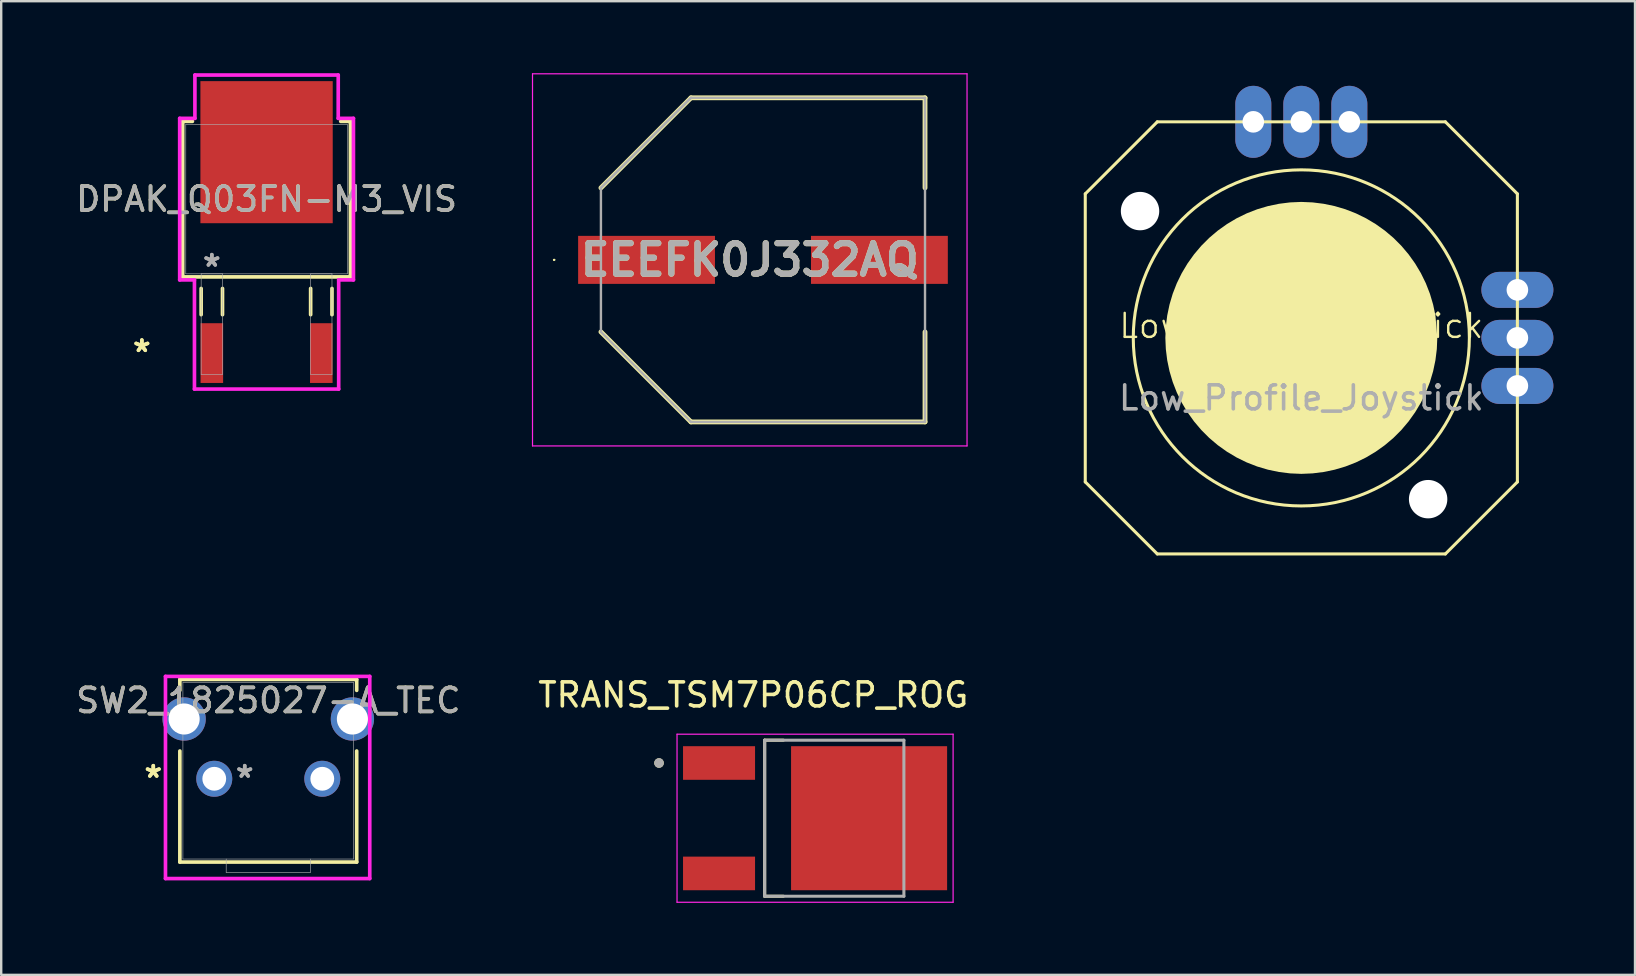
<source format=kicad_pcb>
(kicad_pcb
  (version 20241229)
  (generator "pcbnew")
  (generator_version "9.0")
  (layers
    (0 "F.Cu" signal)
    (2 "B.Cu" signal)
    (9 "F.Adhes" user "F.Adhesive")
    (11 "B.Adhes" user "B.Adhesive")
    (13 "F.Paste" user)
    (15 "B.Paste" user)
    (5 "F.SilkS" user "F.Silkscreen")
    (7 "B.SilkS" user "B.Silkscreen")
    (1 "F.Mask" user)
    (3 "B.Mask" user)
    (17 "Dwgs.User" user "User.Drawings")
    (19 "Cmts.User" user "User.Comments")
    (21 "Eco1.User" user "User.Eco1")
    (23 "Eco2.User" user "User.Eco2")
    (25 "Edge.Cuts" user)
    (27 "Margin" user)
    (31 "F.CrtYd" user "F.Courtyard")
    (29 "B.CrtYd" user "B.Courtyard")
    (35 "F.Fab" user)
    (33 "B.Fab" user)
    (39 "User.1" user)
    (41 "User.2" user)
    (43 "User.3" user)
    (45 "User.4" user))
  (footprint "Low_Profile_Joystick"
    (layer "F.Cu")
    (at 51.157 11.025)
    (property "Reference" "Low_Profile_Joystick" (at 0 -0.5 0) (unlocked yes) (layer "F.SilkS") (effects (font (size 1 1) (thickness 0.1))))
    (attr smd)
    (fp_line (start -9 -6) (end -6 -9) (stroke (width 0.127) (type solid)) (layer "F.SilkS"))
    (fp_line (start -9 6) (end -9 -6) (stroke (width 0.127) (type solid)) (layer "F.SilkS"))
    (fp_line (start -6 -9) (end 6 -9) (stroke (width 0.127) (type solid)) (layer "F.SilkS"))
    (fp_line (start -6 9) (end -9 6) (stroke (width 0.127) (type solid)) (layer "F.SilkS"))
    (fp_line (start 6 -9) (end 9 -6) (stroke (width 0.127) (type solid)) (layer "F.SilkS"))
    (fp_line (start 6 9) (end -6 9) (stroke (width 0.127) (type solid)) (layer "F.SilkS"))
    (fp_line (start 9 -6) (end 9 6) (stroke (width 0.127) (type solid)) (layer "F.SilkS"))
    (fp_line (start 9 6) (end 6 9) (stroke (width 0.127) (type solid)) (layer "F.SilkS"))
    (fp_circle (center 0 0) (end 7 0) (stroke (width 0.127) (type solid)) (fill no) (layer "F.SilkS"))
    (fp_poly (pts (xy 0.468 -5.644) (xy 0.932 -5.586) (xy 1.39 -5.49) (xy 1.839 -5.357) (xy 2.275 -5.187) (xy 2.696 -4.981) (xy 3.098 -4.741) (xy 3.479 -4.469) (xy 3.836 -4.167) (xy 4.167 -3.836) (xy 4.469 -3.479) (xy 4.741 -3.098) (xy 4.981 -2.696) (xy 5.187 -2.275) (xy 5.357 -1.839) (xy 5.49 -1.39) (xy 5.587 -0.931) (xy 5.664 -0.001) (xy 5.644 0.468) (xy 5.586 0.932) (xy 5.49 1.39) (xy 5.357 1.839) (xy 5.187 2.275) (xy 4.981 2.696) (xy 4.741 3.098) (xy 4.469 3.479) (xy 4.167 3.836) (xy 3.836 4.167) (xy 3.479 4.469) (xy 3.098 4.741) (xy 2.696 4.981) (xy 2.275 5.187) (xy 1.839 5.357) (xy 1.39 5.49) (xy 0.932 5.586) (xy 0.468 5.644) (xy 0 5.664) (xy -0.468 5.644) (xy -0.932 5.586) (xy -1.39 5.49) (xy -1.839 5.357) (xy -2.275 5.187) (xy -2.696 4.981) (xy -3.098 4.741) (xy -3.479 4.469) (xy -3.836 4.167) (xy -4.167 3.836) (xy -4.469 3.479) (xy -4.741 3.098) (xy -4.981 2.696) (xy -5.187 2.275) (xy -5.357 1.839) (xy -5.49 1.39) (xy -5.586 0.932) (xy -5.644 0.468) (xy -5.664 0) (xy -5.644 -0.468) (xy -5.586 -0.932) (xy -5.49 -1.39) (xy -5.357 -1.839) (xy -5.187 -2.275) (xy -4.981 -2.696) (xy -4.741 -3.098) (xy -4.469 -3.479) (xy -4.167 -3.836) (xy -3.836 -4.167) (xy -3.479 -4.469) (xy -3.098 -4.741) (xy -2.696 -4.981) (xy -2.275 -5.187) (xy -1.839 -5.357) (xy -1.39 -5.49) (xy -0.932 -5.586) (xy -0.468 -5.644) (xy 0 -5.664)) (stroke (width 0) (type default)) (fill yes) (layer "F.SilkS"))
    (fp_rect (start -10.85 -10.975) (end 10.85 10.975) (stroke (width 0.1) (type solid)) (fill no) (layer "Margin"))
    (fp_text user "${REFERENCE}" (at 0 2.5 0) (unlocked yes) (layer "F.Fab") (effects (font (size 1 1) (thickness 0.15))))
    (pad "" np_thru_hole circle (at -6.718 -5.282) (size 1.6 1.6) (drill 1.6) (layers "*.Cu" "*.Mask"))
    (pad "" np_thru_hole circle (at 5.282 6.718) (size 1.6 1.6) (drill 1.6) (layers "*.Cu" "*.Mask"))
    (pad "GND" thru_hole oval (at 9 2) (size 3 1.5) (drill 0.9) (layers "*.Cu" "*.Mask"))
    (pad "NC" thru_hole oval (at -2 -9 90) (size 3 1.5) (drill 0.9) (layers "*.Cu" "*.Mask"))
    (pad "VCC" thru_hole oval (at 2 -9 90) (size 3 1.5) (drill 0.9) (layers "*.Cu" "*.Mask"))
    (pad "VCC" thru_hole oval (at 9 -2) (size 3 1.5) (drill 0.9) (layers "*.Cu" "*.Mask"))
    (pad "XOUT" thru_hole oval (at 0 -9 90) (size 3 1.5) (drill 0.9) (layers "*.Cu" "*.Mask"))
    (pad "YOUT" thru_hole oval (at 9 0) (size 3 1.5) (drill 0.9) (layers "*.Cu" "*.Mask")))
  (footprint "TRANS_TSM7P06CP_ROG"
    (layer "F.Cu")
    (at 30.902 31.033)
    (property "Reference" "TRANS_TSM7P06CP_ROG" (at -2.575 -5.135 0) (layer "F.SilkS") (effects (font (size 1 1) (thickness 0.15))))
    (attr smd)
    (fp_line (start -2.1 -3.25) (end -1.32 -3.25) (stroke (width 0.127) (type solid)) (layer "F.SilkS"))
    (fp_line (start -2.1 3.25) (end -2.1 -3.25) (stroke (width 0.127) (type solid)) (layer "F.SilkS"))
    (fp_line (start -1.32 3.25) (end -2.1 3.25) (stroke (width 0.127) (type solid)) (layer "F.SilkS"))
    (fp_circle (center -6.5 -2.3) (end -6.4 -2.3) (stroke (width 0.2) (type solid)) (fill no) (layer "F.SilkS"))
    (fp_poly (pts (xy -4.95 -2.74) (xy -3.05 -2.74) (xy -3.05 -1.86) (xy -4.95 -1.86)) (stroke (width 0.01) (type solid)) (fill yes) (layer "F.Paste"))
    (fp_poly (pts (xy -4.95 1.86) (xy -3.05 1.86) (xy -3.05 2.74) (xy -4.95 2.74)) (stroke (width 0.01) (type solid)) (fill yes) (layer "F.Paste"))
    (fp_poly (pts (xy -0.605 -2.63) (xy 0.775 -2.63) (xy 0.775 -1.37) (xy -0.605 -1.37)) (stroke (width 0.01) (type solid)) (fill yes) (layer "F.Paste"))
    (fp_poly (pts (xy -0.605 -0.63) (xy 0.775 -0.63) (xy 0.775 0.63) (xy -0.605 0.63)) (stroke (width 0.01) (type solid)) (fill yes) (layer "F.Paste"))
    (fp_poly (pts (xy -0.605 1.37) (xy 0.775 1.37) (xy 0.775 2.63) (xy -0.605 2.63)) (stroke (width 0.01) (type solid)) (fill yes) (layer "F.Paste"))
    (fp_poly (pts (xy 1.565 -2.63) (xy 2.945 -2.63) (xy 2.945 -1.37) (xy 1.565 -1.37)) (stroke (width 0.01) (type solid)) (fill yes) (layer "F.Paste"))
    (fp_poly (pts (xy 1.565 -0.63) (xy 2.945 -0.63) (xy 2.945 0.63) (xy 1.565 0.63)) (stroke (width 0.01) (type solid)) (fill yes) (layer "F.Paste"))
    (fp_poly (pts (xy 1.565 1.37) (xy 2.945 1.37) (xy 2.945 2.63) (xy 1.565 2.63)) (stroke (width 0.01) (type solid)) (fill yes) (layer "F.Paste"))
    (fp_poly (pts (xy 3.735 -2.63) (xy 5.115 -2.63) (xy 5.115 -1.37) (xy 3.735 -1.37)) (stroke (width 0.01) (type solid)) (fill yes) (layer "F.Paste"))
    (fp_poly (pts (xy 3.735 -0.63) (xy 5.115 -0.63) (xy 5.115 0.63) (xy 3.735 0.63)) (stroke (width 0.01) (type solid)) (fill yes) (layer "F.Paste"))
    (fp_poly (pts (xy 3.735 1.37) (xy 5.115 1.37) (xy 5.115 2.63) (xy 3.735 2.63)) (stroke (width 0.01) (type solid)) (fill yes) (layer "F.Paste"))
    (fp_line (start -5.75 -3.5) (end -5.75 3.5) (stroke (width 0.05) (type solid)) (layer "F.CrtYd"))
    (fp_line (start -5.75 3.5) (end 5.75 3.5) (stroke (width 0.05) (type solid)) (layer "F.CrtYd"))
    (fp_line (start 5.75 -3.5) (end -5.75 -3.5) (stroke (width 0.05) (type solid)) (layer "F.CrtYd"))
    (fp_line (start 5.75 3.5) (end 5.75 -3.5) (stroke (width 0.05) (type solid)) (layer "F.CrtYd"))
    (fp_line (start -2.1 -3.25) (end 3.7 -3.25) (stroke (width 0.127) (type solid)) (layer "F.Fab"))
    (fp_line (start -2.1 3.25) (end -2.1 -3.25) (stroke (width 0.127) (type solid)) (layer "F.Fab"))
    (fp_line (start 3.7 -3.25) (end 3.7 3.25) (stroke (width 0.127) (type solid)) (layer "F.Fab"))
    (fp_line (start 3.7 3.25) (end -2.1 3.25) (stroke (width 0.127) (type solid)) (layer "F.Fab"))
    (fp_circle (center -6.5 -2.3) (end -6.4 -2.3) (stroke (width 0.2) (type solid)) (fill no) (layer "F.Fab"))
    (pad "1" smd rect (at -4 -2.3) (size 3 1.4) (layers "F.Cu" "F.Mask"))
    (pad "2" smd rect (at 2.25 0) (size 6.5 6) (layers "F.Cu" "F.Mask"))
    (pad "3" smd rect (at -4 2.3) (size 3 1.4) (layers "F.Cu" "F.Mask")))
  (footprint "DPAK_Q03FN-M3_VIS"
    (layer "F.Cu")
    (at 8.054 5.245)
    (property "Reference" "DPAK_Q03FN-M3_VIS" (at 0 0 0) (unlocked yes) (layer "F.SilkS") (effects (font (size 1 1) (thickness 0.15))))
    (attr smd)
    (fp_line (start -3.493 -3.239) (end -3.493 3.239) (stroke (width 0.152) (type solid)) (layer "F.SilkS"))
    (fp_line (start -3.493 3.239) (end 3.493 3.239) (stroke (width 0.152) (type solid)) (layer "F.SilkS"))
    (fp_line (start -3.089 -3.239) (end -3.493 -3.239) (stroke (width 0.152) (type solid)) (layer "F.SilkS"))
    (fp_line (start -2.725 3.721) (end -2.725 4.813) (stroke (width 0.152) (type solid)) (layer "F.SilkS"))
    (fp_line (start -1.836 3.721) (end -1.836 4.813) (stroke (width 0.152) (type solid)) (layer "F.SilkS"))
    (fp_line (start 1.836 3.721) (end 1.836 4.813) (stroke (width 0.152) (type solid)) (layer "F.SilkS"))
    (fp_line (start 2.725 3.721) (end 2.725 4.813) (stroke (width 0.152) (type solid)) (layer "F.SilkS"))
    (fp_line (start 3.493 -3.239) (end 3.089 -3.239) (stroke (width 0.152) (type solid)) (layer "F.SilkS"))
    (fp_line (start 3.493 3.239) (end 3.493 -3.239) (stroke (width 0.152) (type solid)) (layer "F.SilkS"))
    (fp_line (start -3.619 -3.365) (end -2.985 -3.365) (stroke (width 0.152) (type solid)) (layer "F.CrtYd"))
    (fp_line (start -3.619 3.365) (end -3.619 -3.365) (stroke (width 0.152) (type solid)) (layer "F.CrtYd"))
    (fp_line (start -3.004 3.365) (end -3.619 3.365) (stroke (width 0.152) (type solid)) (layer "F.CrtYd"))
    (fp_line (start -3.004 7.912) (end -3.004 3.365) (stroke (width 0.152) (type solid)) (layer "F.CrtYd"))
    (fp_line (start -2.985 -5.169) (end 2.985 -5.169) (stroke (width 0.152) (type solid)) (layer "F.CrtYd"))
    (fp_line (start -2.985 -3.365) (end -2.985 -5.169) (stroke (width 0.152) (type solid)) (layer "F.CrtYd"))
    (fp_line (start 2.985 -5.169) (end 2.985 -3.365) (stroke (width 0.152) (type solid)) (layer "F.CrtYd"))
    (fp_line (start 2.985 -3.365) (end 3.619 -3.365) (stroke (width 0.152) (type solid)) (layer "F.CrtYd"))
    (fp_line (start 3.004 3.365) (end 3.004 7.912) (stroke (width 0.152) (type solid)) (layer "F.CrtYd"))
    (fp_line (start 3.004 7.912) (end -3.004 7.912) (stroke (width 0.152) (type solid)) (layer "F.CrtYd"))
    (fp_line (start 3.619 -3.365) (end 3.619 3.365) (stroke (width 0.152) (type solid)) (layer "F.CrtYd"))
    (fp_line (start 3.619 3.365) (end 3.004 3.365) (stroke (width 0.152) (type solid)) (layer "F.CrtYd"))
    (fp_line (start -3.365 -3.111) (end -3.365 3.111) (stroke (width 0.025) (type solid)) (layer "F.Fab"))
    (fp_line (start -3.365 3.111) (end 3.365 3.111) (stroke (width 0.025) (type solid)) (layer "F.Fab"))
    (fp_line (start -2.725 3.111) (end -2.725 7.303) (stroke (width 0.025) (type solid)) (layer "F.Fab"))
    (fp_line (start -2.725 7.303) (end -1.836 7.303) (stroke (width 0.025) (type solid)) (layer "F.Fab"))
    (fp_line (start -1.836 3.111) (end -2.725 3.111) (stroke (width 0.025) (type solid)) (layer "F.Fab"))
    (fp_line (start -1.836 7.303) (end -1.836 3.111) (stroke (width 0.025) (type solid)) (layer "F.Fab"))
    (fp_line (start 1.836 3.111) (end 1.836 7.303) (stroke (width 0.025) (type solid)) (layer "F.Fab"))
    (fp_line (start 1.836 7.303) (end 2.725 7.303) (stroke (width 0.025) (type solid)) (layer "F.Fab"))
    (fp_line (start 2.725 3.111) (end 1.836 3.111) (stroke (width 0.025) (type solid)) (layer "F.Fab"))
    (fp_line (start 2.725 7.303) (end 2.725 3.111) (stroke (width 0.025) (type solid)) (layer "F.Fab"))
    (fp_line (start 3.365 -3.111) (end -3.365 -3.111) (stroke (width 0.025) (type solid)) (layer "F.Fab"))
    (fp_line (start 3.365 3.111) (end 3.365 -3.111) (stroke (width 0.025) (type solid)) (layer "F.Fab"))
    (fp_text user "*" (at -5.195 6.413 0) (layer "F.SilkS") (effects (font (size 1 1) (thickness 0.15))))
    (fp_text user "*" (at -5.195 6.413 0) (unlocked yes) (layer "F.SilkS") (effects (font (size 1 1) (thickness 0.15))))
    (fp_text user "*" (at -2.28 2.857 0) (layer "F.Fab") (effects (font (size 1 1) (thickness 0.15))))
    (fp_text user "*" (at -2.28 2.857 0) (unlocked yes) (layer "F.Fab") (effects (font (size 1 1) (thickness 0.15))))
    (fp_text user "${REFERENCE}" (at 0 0 0) (unlocked yes) (layer "F.Fab") (effects (font (size 1 1) (thickness 0.15))))
    (pad "1" smd rect (at -2.28 6.413) (size 0.94 2.489) (layers "F.Cu" "F.Mask" "F.Paste"))
    (pad "3" smd rect (at 2.28 6.413) (size 0.94 2.489) (layers "F.Cu" "F.Mask" "F.Paste"))
    (pad "4" smd rect (at 0 -1.956) (size 5.512 5.918) (layers "F.Cu" "F.Mask" "F.Paste")))
  (footprint "EEEFK0J332AQ"
    (layer "F.Cu")
    (at 28.732 7.775)
    (property "Reference" "EEEFK0J332AQ" (at -0.55 0 0) (layer "F.SilkS") (effects (font (size 1.27 1.27) (thickness 0.254))))
    (attr smd)
    (fp_line (start -8.725 0) (end -8.725 0) (stroke (width 0.05) (type solid)) (layer "F.SilkS"))
    (fp_line (start -8.675 0) (end -8.675 0) (stroke (width 0.05) (type solid)) (layer "F.SilkS"))
    (fp_line (start -6.75 -3) (end -3 -6.75) (stroke (width 0.2) (type solid)) (layer "F.SilkS"))
    (fp_line (start -6.75 3) (end -3 6.75) (stroke (width 0.2) (type solid)) (layer "F.SilkS"))
    (fp_line (start -3 -6.75) (end 6.75 -6.75) (stroke (width 0.2) (type solid)) (layer "F.SilkS"))
    (fp_line (start -3 6.75) (end 6.75 6.75) (stroke (width 0.2) (type solid)) (layer "F.SilkS"))
    (fp_line (start 6.75 -6.75) (end 6.75 -3) (stroke (width 0.2) (type solid)) (layer "F.SilkS"))
    (fp_line (start 6.75 6.75) (end 6.75 3) (stroke (width 0.2) (type solid)) (layer "F.SilkS"))
    (fp_arc (start -8.725 0) (mid -8.7 -0.025) (end -8.675 0) (stroke (width 0.05) (type solid)) (layer "F.SilkS"))
    (fp_arc (start -8.675 0) (mid -8.7 0.025) (end -8.725 0) (stroke (width 0.05) (type solid)) (layer "F.SilkS"))
    (fp_line (start -9.6 -7.75) (end 8.5 -7.75) (stroke (width 0.05) (type solid)) (layer "F.CrtYd"))
    (fp_line (start -9.6 7.75) (end -9.6 -7.75) (stroke (width 0.05) (type solid)) (layer "F.CrtYd"))
    (fp_line (start 8.5 -7.75) (end 8.5 7.75) (stroke (width 0.05) (type solid)) (layer "F.CrtYd"))
    (fp_line (start 8.5 7.75) (end -9.6 7.75) (stroke (width 0.05) (type solid)) (layer "F.CrtYd"))
    (fp_line (start -6.75 -3) (end -3 -6.75) (stroke (width 0.1) (type solid)) (layer "F.Fab"))
    (fp_line (start -6.75 -3) (end -3 -6.75) (stroke (width 0.1) (type solid)) (layer "F.Fab"))
    (fp_line (start -6.75 3) (end -6.75 -3) (stroke (width 0.1) (type solid)) (layer "F.Fab"))
    (fp_line (start -3 -6.75) (end 6.75 -6.75) (stroke (width 0.1) (type solid)) (layer "F.Fab"))
    (fp_line (start -3 6.75) (end -6.75 3) (stroke (width 0.1) (type solid)) (layer "F.Fab"))
    (fp_line (start 6.75 -6.75) (end 6.75 6.75) (stroke (width 0.1) (type solid)) (layer "F.Fab"))
    (fp_line (start 6.75 6.75) (end -3 6.75) (stroke (width 0.1) (type solid)) (layer "F.Fab"))
    (fp_text user "${REFERENCE}" (at -0.55 0 0) (layer "F.Fab") (effects (font (size 1.27 1.27) (thickness 0.254))))
    (pad "1" smd rect (at -4.85 0 90) (size 2 5.7) (layers "F.Cu" "F.Mask" "F.Paste"))
    (pad "2" smd rect (at 4.85 0 90) (size 2 5.7) (layers "F.Cu" "F.Mask" "F.Paste")))
  (footprint "SW2_1825027-A_TEC"
    (layer "F.Cu")
    (at 5.875 29.39)
    (property "Reference" "SW2_1825027-A_TEC" (at 2.25 -3.261 0) (unlocked yes) (layer "F.SilkS") (effects (font (size 1 1) (thickness 0.15))))
    (attr through_hole)
    (fp_line (start -1.433 -4.137) (end -1.433 -3.683) (stroke (width 0.152) (type solid)) (layer "F.SilkS"))
    (fp_line (start -1.433 -1.156) (end -1.433 3.47) (stroke (width 0.152) (type solid)) (layer "F.SilkS"))
    (fp_line (start -1.433 3.47) (end 5.933 3.47) (stroke (width 0.152) (type solid)) (layer "F.SilkS"))
    (fp_line (start 5.933 -4.137) (end -1.433 -4.137) (stroke (width 0.152) (type solid)) (layer "F.SilkS"))
    (fp_line (start 5.933 -3.683) (end 5.933 -4.137) (stroke (width 0.152) (type solid)) (layer "F.SilkS"))
    (fp_line (start 5.933 3.47) (end 5.933 -1.156) (stroke (width 0.152) (type solid)) (layer "F.SilkS"))
    (fp_line (start -2.032 -4.264) (end -2.032 4.156) (stroke (width 0.152) (type solid)) (layer "F.CrtYd"))
    (fp_line (start -2.032 4.156) (end 6.477 4.156) (stroke (width 0.152) (type solid)) (layer "F.CrtYd"))
    (fp_line (start 6.477 -4.264) (end -2.032 -4.264) (stroke (width 0.152) (type solid)) (layer "F.CrtYd"))
    (fp_line (start 6.477 4.156) (end 6.477 -4.264) (stroke (width 0.152) (type solid)) (layer "F.CrtYd"))
    (fp_line (start -1.306 -4.01) (end -1.306 3.343) (stroke (width 0.025) (type solid)) (layer "F.Fab"))
    (fp_line (start -1.306 3.343) (end 5.806 3.343) (stroke (width 0.025) (type solid)) (layer "F.Fab"))
    (fp_line (start 0.497 3.343) (end 0.497 3.902) (stroke (width 0.025) (type solid)) (layer "F.Fab"))
    (fp_line (start 0.497 3.902) (end 4.003 3.902) (stroke (width 0.025) (type solid)) (layer "F.Fab"))
    (fp_line (start 4.003 3.343) (end 4.003 3.902) (stroke (width 0.025) (type solid)) (layer "F.Fab"))
    (fp_line (start 5.806 -4.01) (end -1.306 -4.01) (stroke (width 0.025) (type solid)) (layer "F.Fab"))
    (fp_line (start 5.806 3.343) (end 5.806 -4.01) (stroke (width 0.025) (type solid)) (layer "F.Fab"))
    (fp_text user "*" (at -2.54 0 0) (unlocked yes) (layer "F.SilkS") (effects (font (size 1 1) (thickness 0.15))))
    (fp_text user "*" (at -2.54 0 0) (layer "F.SilkS") (effects (font (size 1 1) (thickness 0.15))))
    (fp_text user "${REFERENCE}" (at 2.25 -3.261 0) (unlocked yes) (layer "F.Fab") (effects (font (size 1 1) (thickness 0.15))))
    (fp_text user "*" (at 1.27 0 0) (unlocked yes) (layer "F.Fab") (effects (font (size 1 1) (thickness 0.15))))
    (fp_text user "*" (at 1.27 0 0) (layer "F.Fab") (effects (font (size 1 1) (thickness 0.15))))
    (pad "1" thru_hole circle (at 0 0) (size 1.499 1.499) (drill 0.991) (layers "*.Cu" "*.Mask"))
    (pad "2" thru_hole circle (at 4.5 0) (size 1.499 1.499) (drill 0.991) (layers "*.Cu" "*.Mask"))
    (pad "3" thru_hole circle (at -1.255 -2.49) (size 1.803 1.803) (drill 1.295) (layers "*.Cu" "*.Mask"))
    (pad "4" thru_hole circle (at 5.755 -2.49) (size 1.803 1.803) (drill 1.295) (layers "*.Cu" "*.Mask")))
  (gr_rect
    (start -3 -3)
    (end 65.057 37.558)
    (stroke (width 0.1) (type default))
    (fill no)
    (layer "Edge.Cuts")))
</source>
